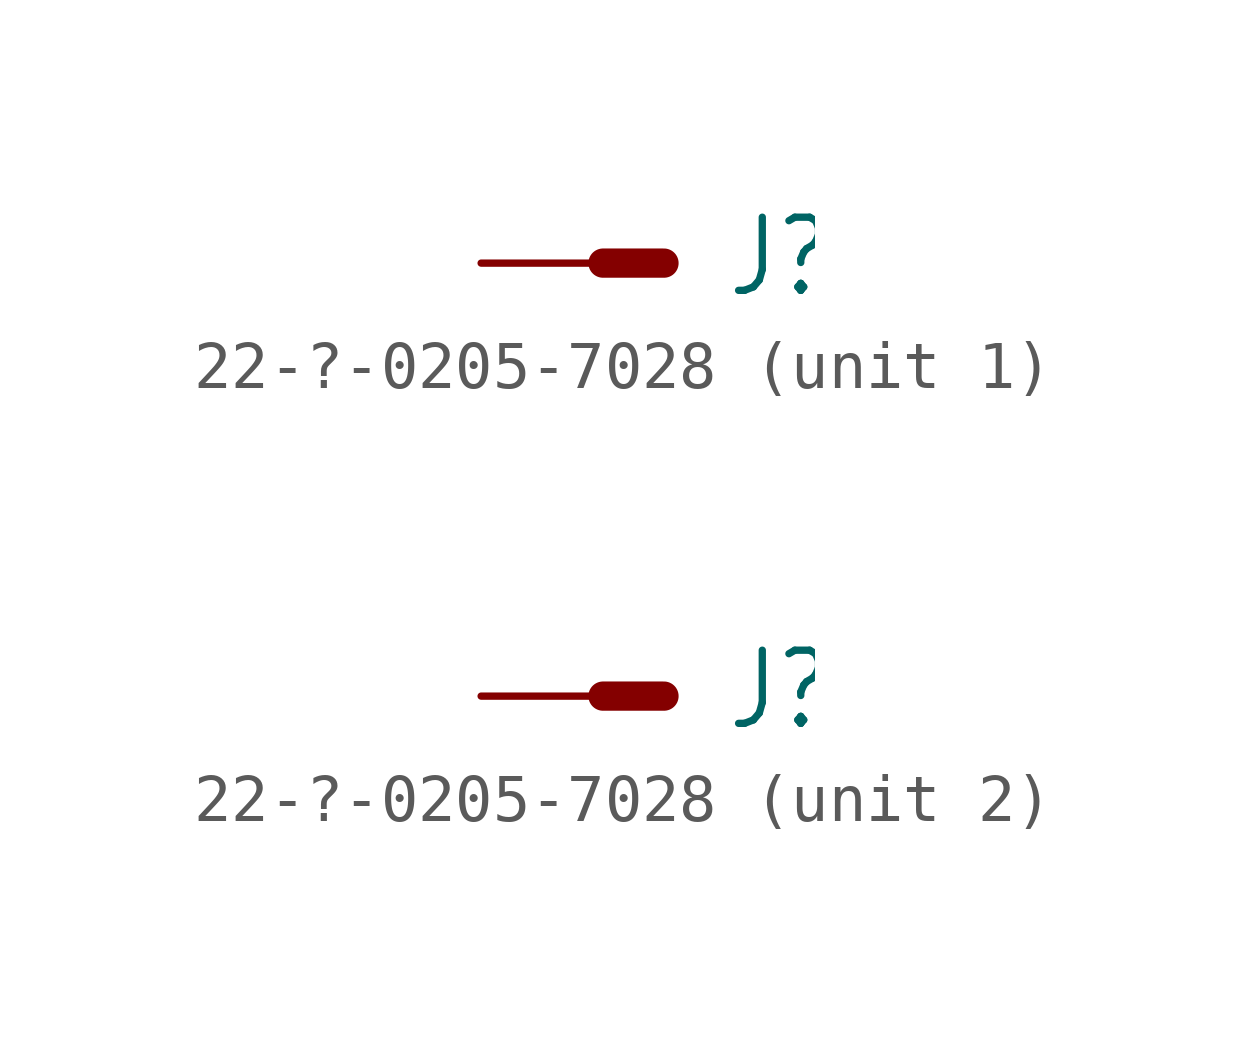
<source format=kicad_sym>
(kicad_symbol_lib
  (version 20231120)
  (generator "kicad_symbol_editor")
  (generator_version "8.0")
  (symbol "22-?-0205-7028"
    (property "Reference" "J"
      (at 2.54 -0.762 0)
      (effects (font (size 1.524 1.295)) (justify left bottom)))
    (property "ki_locked" ""
      (at 0 0 0)
      (effects (font (size 1.27 1.27))))
    (symbol "22-?-0205-7028_1_0"
      (polyline (pts (xy 1.27 0) (xy 0 0)) (stroke (width 0.61) (type solid)) (fill (type none)))
      (pin passive line (at -2.54 0 0) (length 2.54) (name "S" (effects (font (size 0 0)))) (number "1" (effects (font (size 0 0))))))
    (symbol "22-?-0205-7028_2_0"
      (polyline (pts (xy 1.27 0) (xy 0 0)) (stroke (width 0.61) (type solid)) (fill (type none)))
      (pin passive line (at -2.54 0 0) (length 2.54) (name "S" (effects (font (size 0 0)))) (number "2" (effects (font (size 0 0))))))))
</source>
